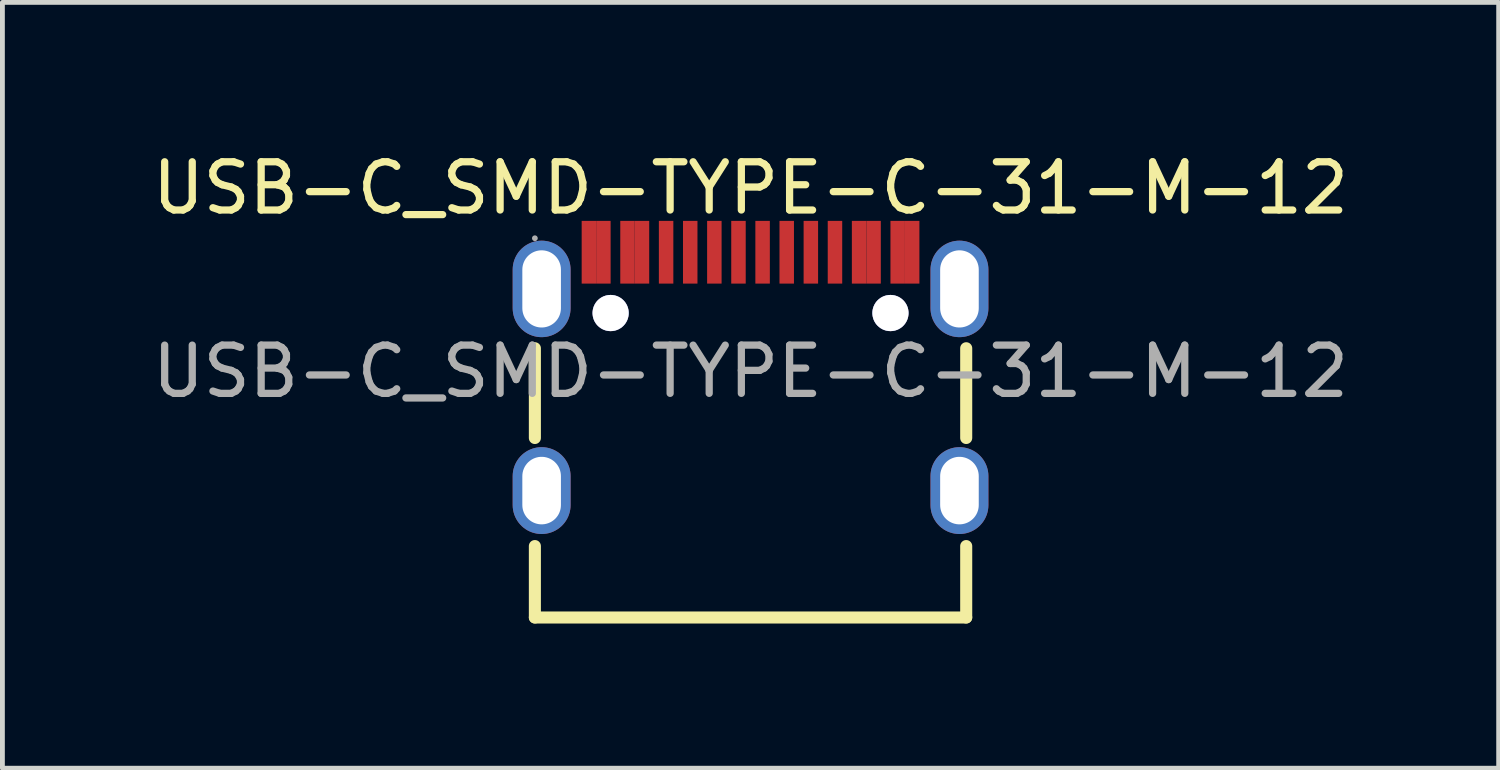
<source format=kicad_pcb>
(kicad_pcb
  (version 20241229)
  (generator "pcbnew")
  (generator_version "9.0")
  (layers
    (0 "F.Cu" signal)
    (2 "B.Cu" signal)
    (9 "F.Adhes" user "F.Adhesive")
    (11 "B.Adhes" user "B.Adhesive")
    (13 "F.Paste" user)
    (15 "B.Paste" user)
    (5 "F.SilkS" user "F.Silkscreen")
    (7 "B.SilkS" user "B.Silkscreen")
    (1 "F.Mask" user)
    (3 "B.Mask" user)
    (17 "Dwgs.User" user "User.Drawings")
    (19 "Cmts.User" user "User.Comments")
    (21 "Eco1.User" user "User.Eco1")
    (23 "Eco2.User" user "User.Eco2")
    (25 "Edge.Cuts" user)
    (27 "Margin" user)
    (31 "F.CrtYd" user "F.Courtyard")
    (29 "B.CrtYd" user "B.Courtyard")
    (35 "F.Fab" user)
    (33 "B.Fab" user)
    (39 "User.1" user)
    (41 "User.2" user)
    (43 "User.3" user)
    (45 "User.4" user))
  (footprint "USB-C_SMD-TYPE-C-31-M-12"
    (layer "F.Cu")
    (at 12.506 4.648)
    (property "Reference" "USB-C_SMD-TYPE-C-31-M-12" (at 0 -3.8 0) (layer "F.SilkS") (effects (font (size 1 1) (thickness 0.15))))
    (attr smd)
    (fp_line (start -4.47 1.38) (end -4.47 -0.48) (stroke (width 0.25) (type solid)) (layer "F.SilkS"))
    (fp_line (start -4.47 5.1) (end -4.47 3.62) (stroke (width 0.25) (type solid)) (layer "F.SilkS"))
    (fp_line (start 4.47 1.38) (end 4.47 -0.48) (stroke (width 0.25) (type solid)) (layer "F.SilkS"))
    (fp_line (start 4.47 5.1) (end -4.47 5.1) (stroke (width 0.25) (type solid)) (layer "F.SilkS"))
    (fp_line (start 4.47 5.1) (end 4.47 3.62) (stroke (width 0.25) (type solid)) (layer "F.SilkS"))
    (fp_circle (center -2.9 -1.21) (end -2.78 -1.21) (stroke (width 0.25) (type solid)) (fill no) (layer "Cmts.User"))
    (fp_circle (center 2.9 -1.21) (end 3.02 -1.21) (stroke (width 0.25) (type solid)) (fill no) (layer "Cmts.User"))
    (fp_circle (center -4.47 -2.76) (end -4.44 -2.76) (stroke (width 0.06) (type solid)) (fill no) (layer "F.Fab"))
    (fp_text user "${REFERENCE}" (at 0 0 0) (layer "F.Fab") (effects (font (size 1 1) (thickness 0.15))))
    (pad "" thru_hole circle (at -2.9 -1.21) (size 0.75 0.75) (drill 0.75) (layers "*.Cu" "*.Mask"))
    (pad "" thru_hole circle (at 2.9 -1.21) (size 0.75 0.75) (drill 0.75) (layers "*.Cu" "*.Mask"))
    (pad "0" thru_hole oval (at -4.33 -1.71) (size 1.2 2) (drill oval 0.8 1.6) (layers "*.Cu" "*.Mask"))
    (pad "1" thru_hole oval (at 4.33 -1.71) (size 1.2 2) (drill oval 0.8 1.6) (layers "*.Cu" "*.Mask"))
    (pad "2" thru_hole oval (at 4.33 2.47) (size 1.2 1.8) (drill oval 0.8 1.4) (layers "*.Cu" "*.Mask"))
    (pad "3" thru_hole oval (at -4.33 2.47) (size 1.2 1.8) (drill oval 0.8 1.4) (layers "*.Cu" "*.Mask"))
    (pad "A1" smd rect (at -3.35 -2.47) (size 0.3 1.3) (layers "F.Cu" "F.Mask" "F.Paste"))
    (pad "A4" smd rect (at -2.55 -2.47) (size 0.3 1.3) (layers "F.Cu" "F.Mask" "F.Paste"))
    (pad "A5" smd rect (at -1.25 -2.47) (size 0.3 1.3) (layers "F.Cu" "F.Mask" "F.Paste"))
    (pad "A6" smd rect (at -0.25 -2.47) (size 0.3 1.3) (layers "F.Cu" "F.Mask" "F.Paste"))
    (pad "A7" smd rect (at 0.25 -2.47) (size 0.3 1.3) (layers "F.Cu" "F.Mask" "F.Paste"))
    (pad "A8" smd rect (at 1.25 -2.47) (size 0.3 1.3) (layers "F.Cu" "F.Mask" "F.Paste"))
    (pad "A9" smd rect (at 2.55 -2.47) (size 0.3 1.3) (layers "F.Cu" "F.Mask" "F.Paste"))
    (pad "A12" smd rect (at 3.35 -2.47) (size 0.3 1.3) (layers "F.Cu" "F.Mask" "F.Paste"))
    (pad "B1" smd rect (at 3.05 -2.47) (size 0.3 1.3) (layers "F.Cu" "F.Mask" "F.Paste"))
    (pad "B4" smd rect (at 2.25 -2.47) (size 0.3 1.3) (layers "F.Cu" "F.Mask" "F.Paste"))
    (pad "B5" smd rect (at 1.75 -2.47) (size 0.3 1.3) (layers "F.Cu" "F.Mask" "F.Paste"))
    (pad "B6" smd rect (at 0.75 -2.47) (size 0.3 1.3) (layers "F.Cu" "F.Mask" "F.Paste"))
    (pad "B7" smd rect (at -0.75 -2.47) (size 0.3 1.3) (layers "F.Cu" "F.Mask" "F.Paste"))
    (pad "B8" smd rect (at -1.75 -2.47) (size 0.3 1.3) (layers "F.Cu" "F.Mask" "F.Paste"))
    (pad "B9" smd rect (at -2.25 -2.47) (size 0.3 1.3) (layers "F.Cu" "F.Mask" "F.Paste"))
    (pad "B12" smd rect (at -3.05 -2.47) (size 0.3 1.3) (layers "F.Cu" "F.Mask" "F.Paste")))
  (gr_rect
    (start -3 -3)
    (end 28.012 12.873)
    (stroke (width 0.1) (type default))
    (fill no)
    (layer "Edge.Cuts")))
</source>
